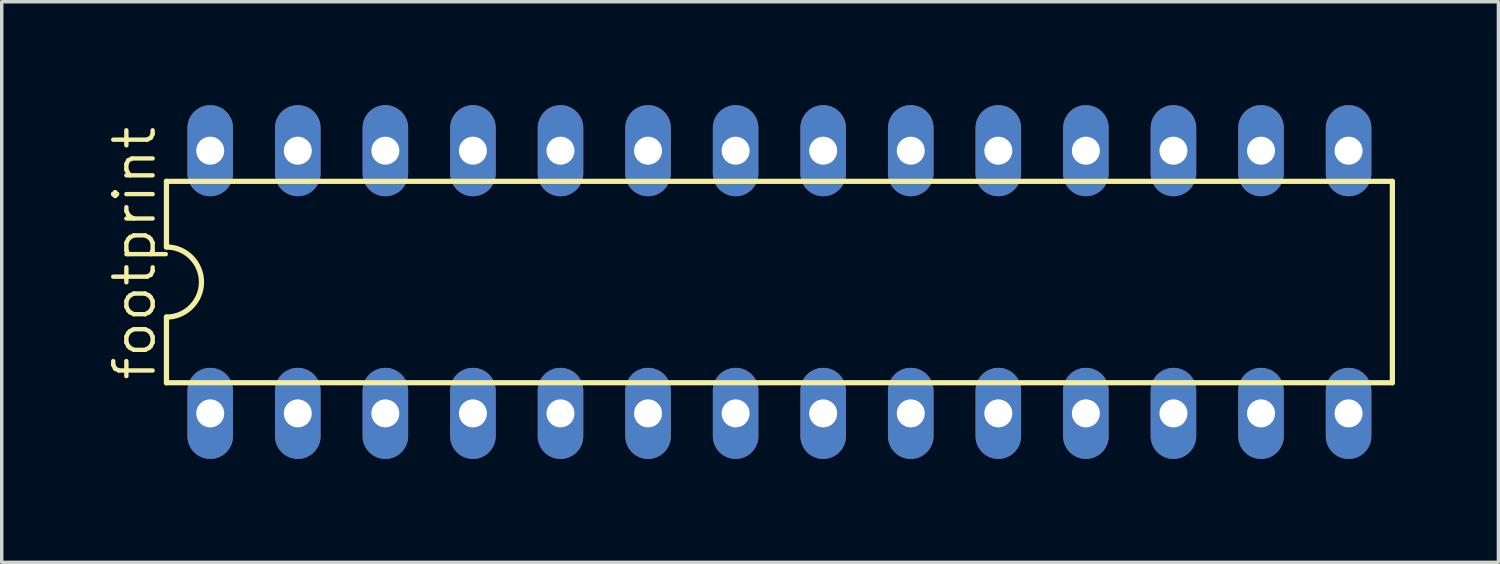
<source format=kicad_pcb>
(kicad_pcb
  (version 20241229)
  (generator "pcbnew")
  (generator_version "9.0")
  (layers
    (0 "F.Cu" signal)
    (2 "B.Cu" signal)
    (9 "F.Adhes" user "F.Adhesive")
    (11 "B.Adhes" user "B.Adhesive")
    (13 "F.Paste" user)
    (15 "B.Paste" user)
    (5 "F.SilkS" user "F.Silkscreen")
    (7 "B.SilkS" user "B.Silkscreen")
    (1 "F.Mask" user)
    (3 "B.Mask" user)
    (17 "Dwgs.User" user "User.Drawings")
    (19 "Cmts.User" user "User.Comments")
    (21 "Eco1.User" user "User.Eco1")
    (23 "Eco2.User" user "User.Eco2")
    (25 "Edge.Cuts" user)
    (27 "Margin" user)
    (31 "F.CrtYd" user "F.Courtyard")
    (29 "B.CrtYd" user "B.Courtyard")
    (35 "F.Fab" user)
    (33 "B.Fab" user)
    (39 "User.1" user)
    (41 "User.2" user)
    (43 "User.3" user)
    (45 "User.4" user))
  (footprint "footprint"
    (layer "F.Cu")
    (at 19.558 5.131)
    (property "Reference" "footprint" (at -18.034 2.921 90) (layer "F.SilkS") (effects (font (size 1.143 1.143) (thickness 0.127)) (justify left bottom)))
    (fp_line (start -17.78 -2.921) (end -17.78 -1.016) (stroke (width 0.152) (type solid)) (layer "F.SilkS"))
    (fp_line (start -17.78 2.921) (end -17.78 1.016) (stroke (width 0.152) (type solid)) (layer "F.SilkS"))
    (fp_line (start -17.78 2.921) (end 17.78 2.921) (stroke (width 0.152) (type solid)) (layer "F.SilkS"))
    (fp_line (start 17.78 -2.921) (end -17.78 -2.921) (stroke (width 0.152) (type solid)) (layer "F.SilkS"))
    (fp_line (start 17.78 -2.921) (end 17.78 2.921) (stroke (width 0.152) (type solid)) (layer "F.SilkS"))
    (fp_arc (start -17.78 -1.016) (mid -16.764 0) (end -17.78 1.016) (stroke (width 0.1524) (type solid)) (layer "F.SilkS"))
    (pad "1" thru_hole oval (at -16.51 3.81 90) (size 2.642 1.321) (drill 0.813) (layers "*.Cu" "*.Mask"))
    (pad "2" thru_hole oval (at -13.97 3.81 90) (size 2.642 1.321) (drill 0.813) (layers "*.Cu" "*.Mask"))
    (pad "3" thru_hole oval (at -11.43 3.81 90) (size 2.642 1.321) (drill 0.813) (layers "*.Cu" "*.Mask"))
    (pad "4" thru_hole oval (at -8.89 3.81 90) (size 2.642 1.321) (drill 0.813) (layers "*.Cu" "*.Mask"))
    (pad "5" thru_hole oval (at -6.35 3.81 90) (size 2.642 1.321) (drill 0.813) (layers "*.Cu" "*.Mask"))
    (pad "6" thru_hole oval (at -3.81 3.81 90) (size 2.642 1.321) (drill 0.813) (layers "*.Cu" "*.Mask"))
    (pad "7" thru_hole oval (at -1.27 3.81 90) (size 2.642 1.321) (drill 0.813) (layers "*.Cu" "*.Mask"))
    (pad "8" thru_hole oval (at 1.27 3.81 90) (size 2.642 1.321) (drill 0.813) (layers "*.Cu" "*.Mask"))
    (pad "9" thru_hole oval (at 3.81 3.81 90) (size 2.642 1.321) (drill 0.813) (layers "*.Cu" "*.Mask"))
    (pad "10" thru_hole oval (at 6.35 3.81 90) (size 2.642 1.321) (drill 0.813) (layers "*.Cu" "*.Mask"))
    (pad "11" thru_hole oval (at 8.89 3.81 90) (size 2.642 1.321) (drill 0.813) (layers "*.Cu" "*.Mask"))
    (pad "12" thru_hole oval (at 11.43 3.81 90) (size 2.642 1.321) (drill 0.813) (layers "*.Cu" "*.Mask"))
    (pad "13" thru_hole oval (at 13.97 3.81 90) (size 2.642 1.321) (drill 0.813) (layers "*.Cu" "*.Mask"))
    (pad "14" thru_hole oval (at 16.51 3.81 90) (size 2.642 1.321) (drill 0.813) (layers "*.Cu" "*.Mask"))
    (pad "15" thru_hole oval (at 16.51 -3.81 90) (size 2.642 1.321) (drill 0.813) (layers "*.Cu" "*.Mask"))
    (pad "16" thru_hole oval (at 13.97 -3.81 90) (size 2.642 1.321) (drill 0.813) (layers "*.Cu" "*.Mask"))
    (pad "17" thru_hole oval (at 11.43 -3.81 90) (size 2.642 1.321) (drill 0.813) (layers "*.Cu" "*.Mask"))
    (pad "18" thru_hole oval (at 8.89 -3.81 90) (size 2.642 1.321) (drill 0.813) (layers "*.Cu" "*.Mask"))
    (pad "19" thru_hole oval (at 6.35 -3.81 90) (size 2.642 1.321) (drill 0.813) (layers "*.Cu" "*.Mask"))
    (pad "20" thru_hole oval (at 3.81 -3.81 90) (size 2.642 1.321) (drill 0.813) (layers "*.Cu" "*.Mask"))
    (pad "21" thru_hole oval (at 1.27 -3.81 90) (size 2.642 1.321) (drill 0.813) (layers "*.Cu" "*.Mask"))
    (pad "22" thru_hole oval (at -1.27 -3.81 90) (size 2.642 1.321) (drill 0.813) (layers "*.Cu" "*.Mask"))
    (pad "23" thru_hole oval (at -3.81 -3.81 90) (size 2.642 1.321) (drill 0.813) (layers "*.Cu" "*.Mask"))
    (pad "24" thru_hole oval (at -6.35 -3.81 90) (size 2.642 1.321) (drill 0.813) (layers "*.Cu" "*.Mask"))
    (pad "25" thru_hole oval (at -8.89 -3.81 90) (size 2.642 1.321) (drill 0.813) (layers "*.Cu" "*.Mask"))
    (pad "26" thru_hole oval (at -11.43 -3.81 90) (size 2.642 1.321) (drill 0.813) (layers "*.Cu" "*.Mask"))
    (pad "27" thru_hole oval (at -13.97 -3.81 90) (size 2.642 1.321) (drill 0.813) (layers "*.Cu" "*.Mask"))
    (pad "28" thru_hole oval (at -16.51 -3.81 90) (size 2.642 1.321) (drill 0.813) (layers "*.Cu" "*.Mask")))
  (gr_rect
    (start -3 -3)
    (end 40.414 13.262)
    (stroke (width 0.1) (type default))
    (fill no)
    (layer "Edge.Cuts")))
</source>
